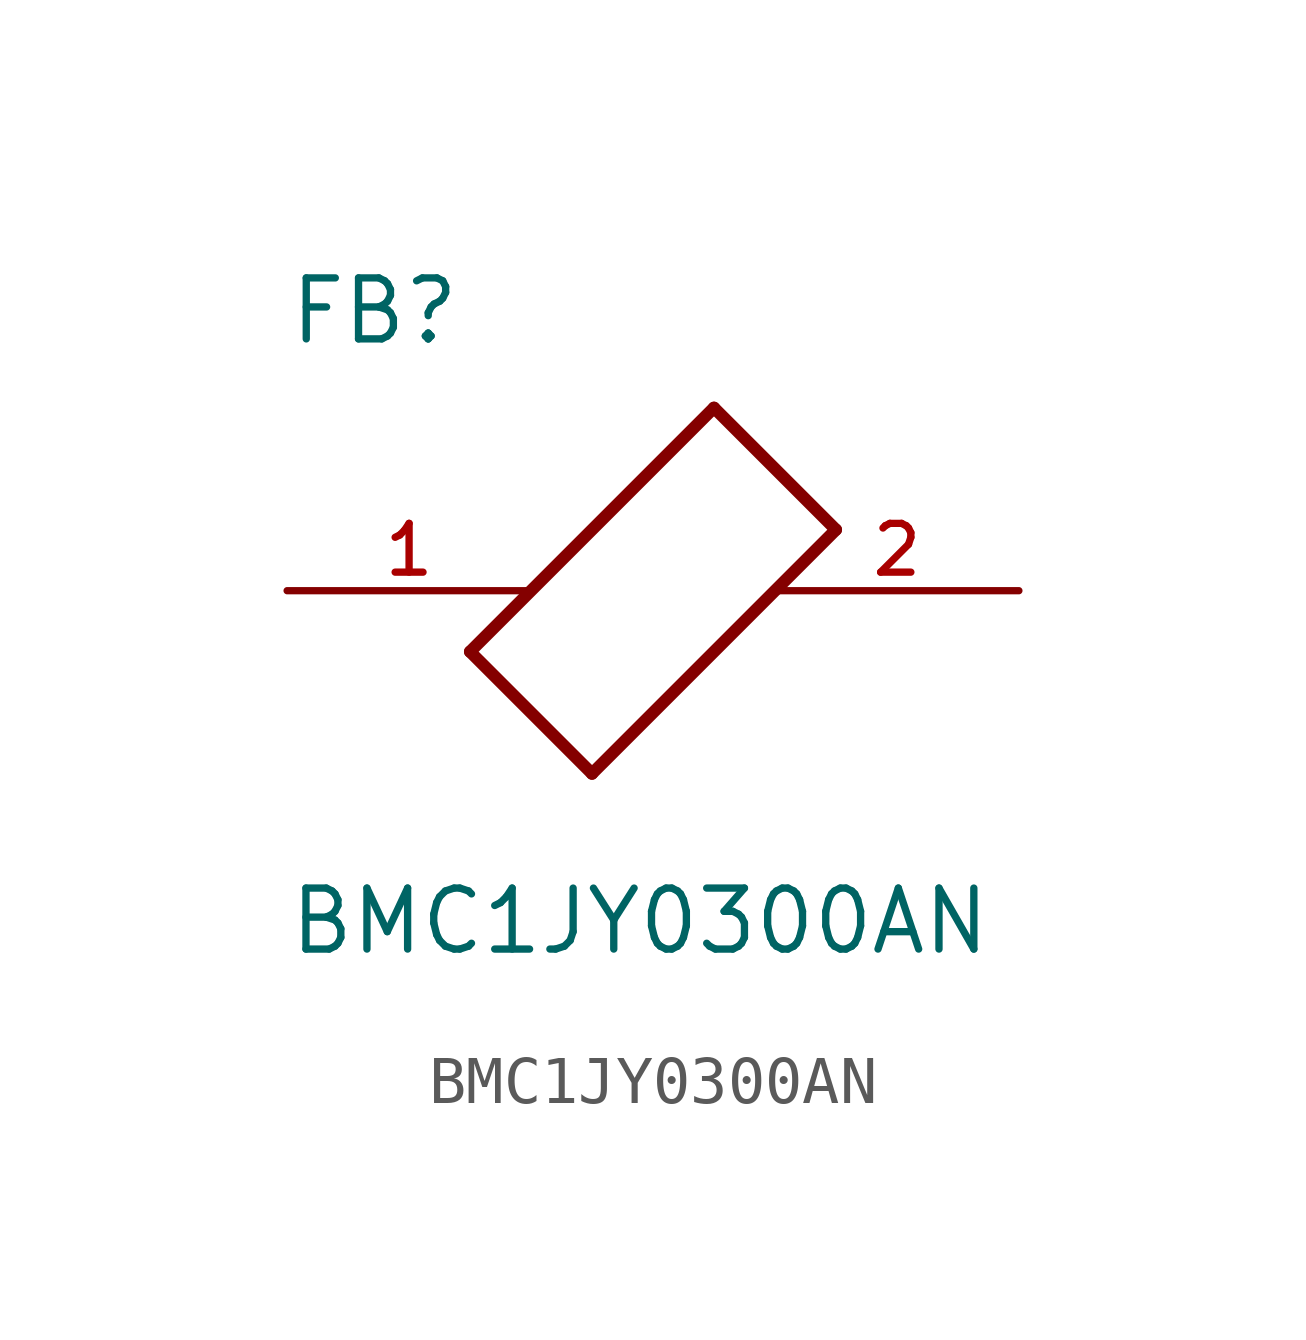
<source format=kicad_sym>
(kicad_symbol_lib
  (version 20211014)
  (generator kicad_symbol_editor)
  (symbol "BMC1JY0300AN"
    (pin_names
      (offset 1.016))
    (property "Reference" "FB"
      (at -7.624 5.081 0)
      (effects (font (size 1.27 1.27)) (justify bottom left)))
    (property "Value" "BMC1JY0300AN"
      (at -7.63 -7.627 0)
      (effects (font (size 1.27 1.27)) (justify bottom left)))
    (symbol "BMC1JY0300AN_0_0"
      (polyline (pts (xy -3.81 -1.27) (xy -1.27 -3.81)) (stroke (width 0.254)))
      (polyline (pts (xy -1.27 -3.81) (xy 3.81 1.27)) (stroke (width 0.254)))
      (polyline (pts (xy 3.81 1.27) (xy 1.27 3.81)) (stroke (width 0.254)))
      (polyline (pts (xy 1.27 3.81) (xy -3.81 -1.27)) (stroke (width 0.254)))
      (pin passive line (at 7.62 0.0 180.0) (length 5.08) (name "~" (effects (font (size 1.016 1.016)))) (number "2" (effects (font (size 1.016 1.016)))))
      (pin passive line (at -7.62 0.0 0) (length 5.08) (name "~" (effects (font (size 1.016 1.016)))) (number "1" (effects (font (size 1.016 1.016))))))))
</source>
